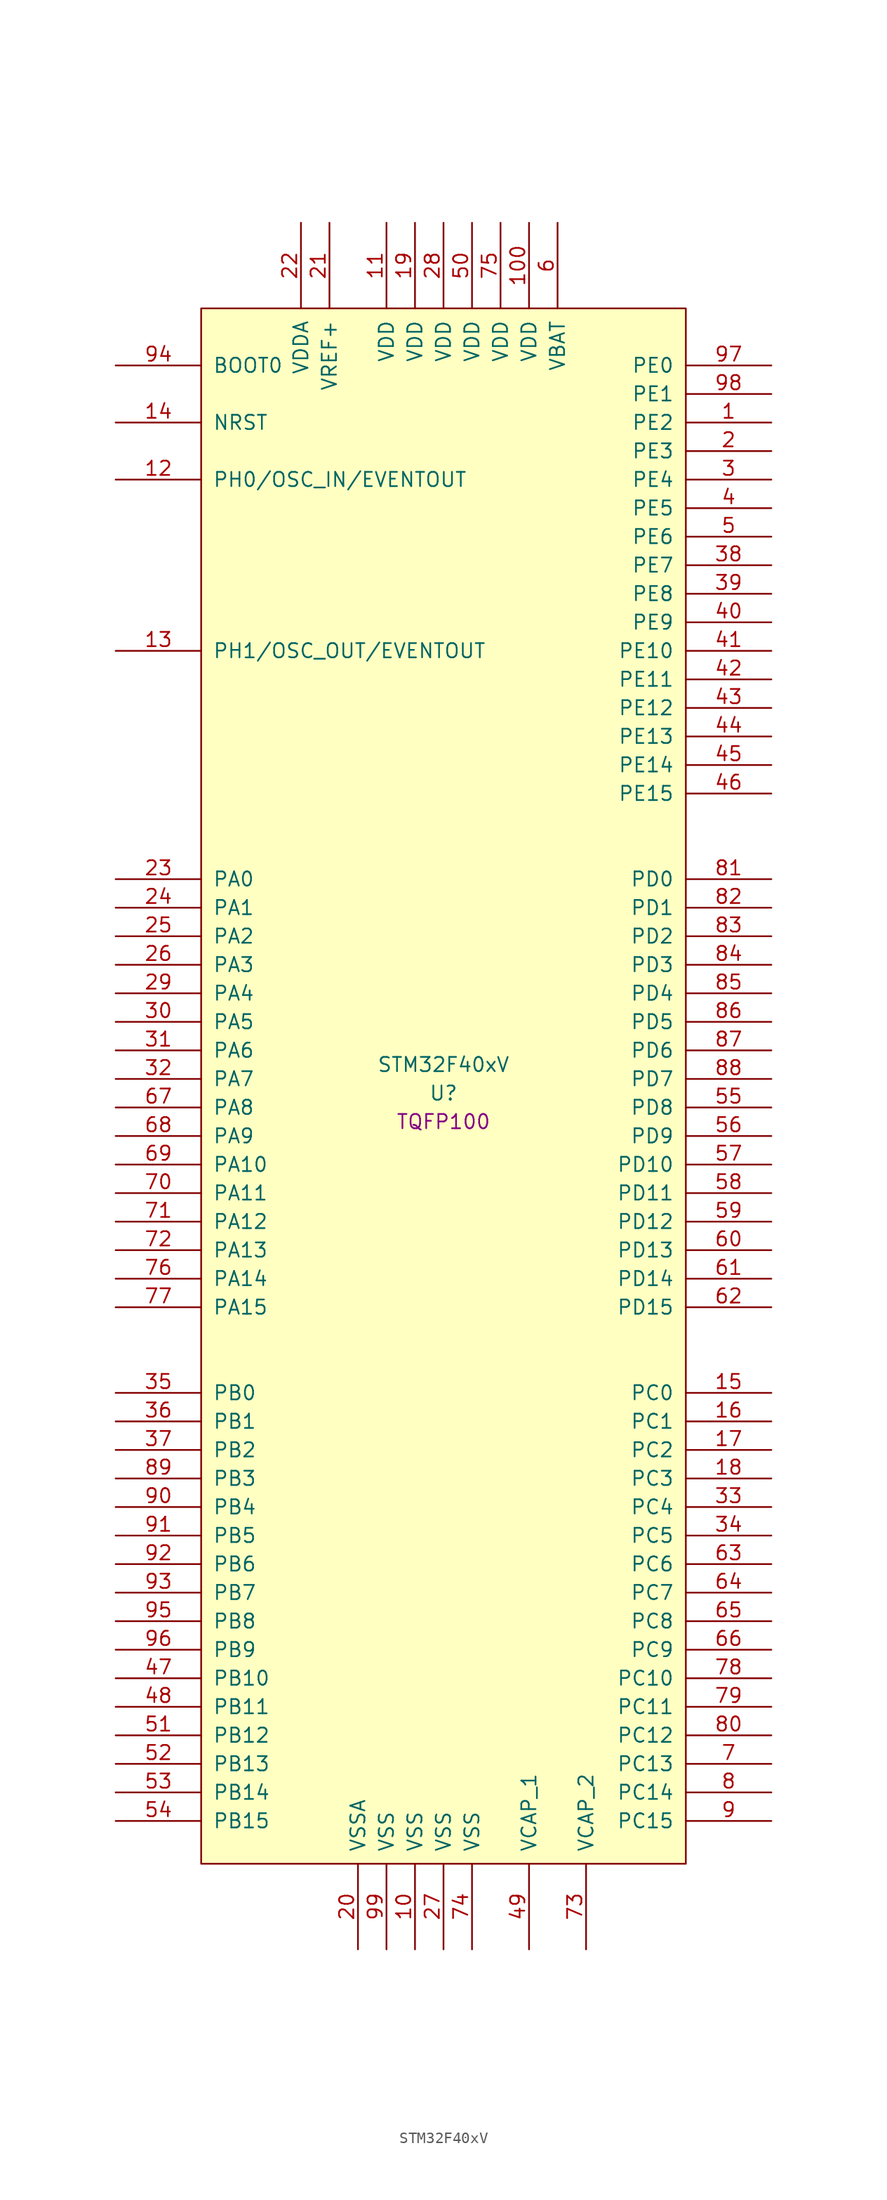
<source format=kicad_sym>
(kicad_symbol_lib
  (version 20211014)
  (generator kicad_symbol_editor)
  (symbol "STM32F40xV"
    (pin_names
      (offset 1.016))
    (property "Reference" "U"
      (at 0 0 0)
      (effects (font (size 1.27 1.27))))
    (property "Value" "STM32F40xV"
      (at 0 2.54 0)
      (effects (font (size 1.27 1.27))))
    (property "Footprint" "TQFP100"
      (at 0 -2.54 0)
      (effects (font (size 1.27 1.27))))
    (property "Datasheet" ""
      (at 0 0 0)
      (effects (font (size 1.27 1.27))))
    (symbol "STM32F40xV_0_1"
      (rectangle (start -21.59 -68.58) (end 21.59 69.85) (stroke (width 0) (type default) (color 0 0 0 0)) (fill (type background))))
    (symbol "STM32F40xV_1_1"
      (pin input line (at 29.21 59.69 180) (length 7.62) (name "PE2" (effects (font (size 1.27 1.27)))) (number "1" (effects (font (size 1.27 1.27)))))
      (pin input line (at -2.54 -76.2 90) (length 7.62) (name "VSS" (effects (font (size 1.27 1.27)))) (number "10" (effects (font (size 1.27 1.27)))))
      (pin input line (at 7.62 77.47 270) (length 7.62) (name "VDD" (effects (font (size 1.27 1.27)))) (number "100" (effects (font (size 1.27 1.27)))))
      (pin input line (at -5.08 77.47 270) (length 7.62) (name "VDD" (effects (font (size 1.27 1.27)))) (number "11" (effects (font (size 1.27 1.27)))))
      (pin input line (at -29.21 54.61 0) (length 7.62) (name "PH0/OSC_IN/EVENTOUT" (effects (font (size 1.27 1.27)))) (number "12" (effects (font (size 1.27 1.27)))))
      (pin input line (at -29.21 39.37 0) (length 7.62) (name "PH1/OSC_OUT/EVENTOUT" (effects (font (size 1.27 1.27)))) (number "13" (effects (font (size 1.27 1.27)))))
      (pin input line (at -29.21 59.69 0) (length 7.62) (name "NRST" (effects (font (size 1.27 1.27)))) (number "14" (effects (font (size 1.27 1.27)))))
      (pin input line (at 29.21 -26.67 180) (length 7.62) (name "PC0" (effects (font (size 1.27 1.27)))) (number "15" (effects (font (size 1.27 1.27)))))
      (pin input line (at 29.21 -29.21 180) (length 7.62) (name "PC1" (effects (font (size 1.27 1.27)))) (number "16" (effects (font (size 1.27 1.27)))))
      (pin input line (at 29.21 -31.75 180) (length 7.62) (name "PC2" (effects (font (size 1.27 1.27)))) (number "17" (effects (font (size 1.27 1.27)))))
      (pin input line (at 29.21 -34.29 180) (length 7.62) (name "PC3" (effects (font (size 1.27 1.27)))) (number "18" (effects (font (size 1.27 1.27)))))
      (pin input line (at -2.54 77.47 270) (length 7.62) (name "VDD" (effects (font (size 1.27 1.27)))) (number "19" (effects (font (size 1.27 1.27)))))
      (pin input line (at 29.21 57.15 180) (length 7.62) (name "PE3" (effects (font (size 1.27 1.27)))) (number "2" (effects (font (size 1.27 1.27)))))
      (pin input line (at -7.62 -76.2 90) (length 7.62) (name "VSSA" (effects (font (size 1.27 1.27)))) (number "20" (effects (font (size 1.27 1.27)))))
      (pin input line (at -10.16 77.47 270) (length 7.62) (name "VREF+" (effects (font (size 1.27 1.27)))) (number "21" (effects (font (size 1.27 1.27)))))
      (pin input line (at -12.7 77.47 270) (length 7.62) (name "VDDA" (effects (font (size 1.27 1.27)))) (number "22" (effects (font (size 1.27 1.27)))))
      (pin input line (at -29.21 19.05 0) (length 7.62) (name "PA0" (effects (font (size 1.27 1.27)))) (number "23" (effects (font (size 1.27 1.27)))))
      (pin input line (at -29.21 16.51 0) (length 7.62) (name "PA1" (effects (font (size 1.27 1.27)))) (number "24" (effects (font (size 1.27 1.27)))))
      (pin input line (at -29.21 13.97 0) (length 7.62) (name "PA2" (effects (font (size 1.27 1.27)))) (number "25" (effects (font (size 1.27 1.27)))))
      (pin input line (at -29.21 11.43 0) (length 7.62) (name "PA3" (effects (font (size 1.27 1.27)))) (number "26" (effects (font (size 1.27 1.27)))))
      (pin input line (at 0 -76.2 90) (length 7.62) (name "VSS" (effects (font (size 1.27 1.27)))) (number "27" (effects (font (size 1.27 1.27)))))
      (pin input line (at 0 77.47 270) (length 7.62) (name "VDD" (effects (font (size 1.27 1.27)))) (number "28" (effects (font (size 1.27 1.27)))))
      (pin input line (at -29.21 8.89 0) (length 7.62) (name "PA4" (effects (font (size 1.27 1.27)))) (number "29" (effects (font (size 1.27 1.27)))))
      (pin input line (at 29.21 54.61 180) (length 7.62) (name "PE4" (effects (font (size 1.27 1.27)))) (number "3" (effects (font (size 1.27 1.27)))))
      (pin input line (at -29.21 6.35 0) (length 7.62) (name "PA5" (effects (font (size 1.27 1.27)))) (number "30" (effects (font (size 1.27 1.27)))))
      (pin input line (at -29.21 3.81 0) (length 7.62) (name "PA6" (effects (font (size 1.27 1.27)))) (number "31" (effects (font (size 1.27 1.27)))))
      (pin input line (at -29.21 1.27 0) (length 7.62) (name "PA7" (effects (font (size 1.27 1.27)))) (number "32" (effects (font (size 1.27 1.27)))))
      (pin input line (at 29.21 -36.83 180) (length 7.62) (name "PC4" (effects (font (size 1.27 1.27)))) (number "33" (effects (font (size 1.27 1.27)))))
      (pin input line (at 29.21 -39.37 180) (length 7.62) (name "PC5" (effects (font (size 1.27 1.27)))) (number "34" (effects (font (size 1.27 1.27)))))
      (pin input line (at -29.21 -26.67 0) (length 7.62) (name "PB0" (effects (font (size 1.27 1.27)))) (number "35" (effects (font (size 1.27 1.27)))))
      (pin input line (at -29.21 -29.21 0) (length 7.62) (name "PB1" (effects (font (size 1.27 1.27)))) (number "36" (effects (font (size 1.27 1.27)))))
      (pin input line (at -29.21 -31.75 0) (length 7.62) (name "PB2" (effects (font (size 1.27 1.27)))) (number "37" (effects (font (size 1.27 1.27)))))
      (pin input line (at 29.21 46.99 180) (length 7.62) (name "PE7" (effects (font (size 1.27 1.27)))) (number "38" (effects (font (size 1.27 1.27)))))
      (pin input line (at 29.21 44.45 180) (length 7.62) (name "PE8" (effects (font (size 1.27 1.27)))) (number "39" (effects (font (size 1.27 1.27)))))
      (pin input line (at 29.21 52.07 180) (length 7.62) (name "PE5" (effects (font (size 1.27 1.27)))) (number "4" (effects (font (size 1.27 1.27)))))
      (pin input line (at 29.21 41.91 180) (length 7.62) (name "PE9" (effects (font (size 1.27 1.27)))) (number "40" (effects (font (size 1.27 1.27)))))
      (pin input line (at 29.21 39.37 180) (length 7.62) (name "PE10" (effects (font (size 1.27 1.27)))) (number "41" (effects (font (size 1.27 1.27)))))
      (pin input line (at 29.21 36.83 180) (length 7.62) (name "PE11" (effects (font (size 1.27 1.27)))) (number "42" (effects (font (size 1.27 1.27)))))
      (pin input line (at 29.21 34.29 180) (length 7.62) (name "PE12" (effects (font (size 1.27 1.27)))) (number "43" (effects (font (size 1.27 1.27)))))
      (pin input line (at 29.21 31.75 180) (length 7.62) (name "PE13" (effects (font (size 1.27 1.27)))) (number "44" (effects (font (size 1.27 1.27)))))
      (pin input line (at 29.21 29.21 180) (length 7.62) (name "PE14" (effects (font (size 1.27 1.27)))) (number "45" (effects (font (size 1.27 1.27)))))
      (pin input line (at 29.21 26.67 180) (length 7.62) (name "PE15" (effects (font (size 1.27 1.27)))) (number "46" (effects (font (size 1.27 1.27)))))
      (pin input line (at -29.21 -52.07 0) (length 7.62) (name "PB10" (effects (font (size 1.27 1.27)))) (number "47" (effects (font (size 1.27 1.27)))))
      (pin input line (at -29.21 -54.61 0) (length 7.62) (name "PB11" (effects (font (size 1.27 1.27)))) (number "48" (effects (font (size 1.27 1.27)))))
      (pin input line (at 7.62 -76.2 90) (length 7.62) (name "VCAP_1" (effects (font (size 1.27 1.27)))) (number "49" (effects (font (size 1.27 1.27)))))
      (pin input line (at 29.21 49.53 180) (length 7.62) (name "PE6" (effects (font (size 1.27 1.27)))) (number "5" (effects (font (size 1.27 1.27)))))
      (pin input line (at 2.54 77.47 270) (length 7.62) (name "VDD" (effects (font (size 1.27 1.27)))) (number "50" (effects (font (size 1.27 1.27)))))
      (pin input line (at -29.21 -57.15 0) (length 7.62) (name "PB12" (effects (font (size 1.27 1.27)))) (number "51" (effects (font (size 1.27 1.27)))))
      (pin input line (at -29.21 -59.69 0) (length 7.62) (name "PB13" (effects (font (size 1.27 1.27)))) (number "52" (effects (font (size 1.27 1.27)))))
      (pin input line (at -29.21 -62.23 0) (length 7.62) (name "PB14" (effects (font (size 1.27 1.27)))) (number "53" (effects (font (size 1.27 1.27)))))
      (pin input line (at -29.21 -64.77 0) (length 7.62) (name "PB15" (effects (font (size 1.27 1.27)))) (number "54" (effects (font (size 1.27 1.27)))))
      (pin input line (at 29.21 -1.27 180) (length 7.62) (name "PD8" (effects (font (size 1.27 1.27)))) (number "55" (effects (font (size 1.27 1.27)))))
      (pin input line (at 29.21 -3.81 180) (length 7.62) (name "PD9" (effects (font (size 1.27 1.27)))) (number "56" (effects (font (size 1.27 1.27)))))
      (pin input line (at 29.21 -6.35 180) (length 7.62) (name "PD10" (effects (font (size 1.27 1.27)))) (number "57" (effects (font (size 1.27 1.27)))))
      (pin input line (at 29.21 -8.89 180) (length 7.62) (name "PD11" (effects (font (size 1.27 1.27)))) (number "58" (effects (font (size 1.27 1.27)))))
      (pin input line (at 29.21 -11.43 180) (length 7.62) (name "PD12" (effects (font (size 1.27 1.27)))) (number "59" (effects (font (size 1.27 1.27)))))
      (pin input line (at 10.16 77.47 270) (length 7.62) (name "VBAT" (effects (font (size 1.27 1.27)))) (number "6" (effects (font (size 1.27 1.27)))))
      (pin input line (at 29.21 -13.97 180) (length 7.62) (name "PD13" (effects (font (size 1.27 1.27)))) (number "60" (effects (font (size 1.27 1.27)))))
      (pin input line (at 29.21 -16.51 180) (length 7.62) (name "PD14" (effects (font (size 1.27 1.27)))) (number "61" (effects (font (size 1.27 1.27)))))
      (pin input line (at 29.21 -19.05 180) (length 7.62) (name "PD15" (effects (font (size 1.27 1.27)))) (number "62" (effects (font (size 1.27 1.27)))))
      (pin input line (at 29.21 -41.91 180) (length 7.62) (name "PC6" (effects (font (size 1.27 1.27)))) (number "63" (effects (font (size 1.27 1.27)))))
      (pin input line (at 29.21 -44.45 180) (length 7.62) (name "PC7" (effects (font (size 1.27 1.27)))) (number "64" (effects (font (size 1.27 1.27)))))
      (pin input line (at 29.21 -46.99 180) (length 7.62) (name "PC8" (effects (font (size 1.27 1.27)))) (number "65" (effects (font (size 1.27 1.27)))))
      (pin input line (at 29.21 -49.53 180) (length 7.62) (name "PC9" (effects (font (size 1.27 1.27)))) (number "66" (effects (font (size 1.27 1.27)))))
      (pin input line (at -29.21 -1.27 0) (length 7.62) (name "PA8" (effects (font (size 1.27 1.27)))) (number "67" (effects (font (size 1.27 1.27)))))
      (pin input line (at -29.21 -3.81 0) (length 7.62) (name "PA9" (effects (font (size 1.27 1.27)))) (number "68" (effects (font (size 1.27 1.27)))))
      (pin input line (at -29.21 -6.35 0) (length 7.62) (name "PA10" (effects (font (size 1.27 1.27)))) (number "69" (effects (font (size 1.27 1.27)))))
      (pin input line (at 29.21 -59.69 180) (length 7.62) (name "PC13" (effects (font (size 1.27 1.27)))) (number "7" (effects (font (size 1.27 1.27)))))
      (pin input line (at -29.21 -8.89 0) (length 7.62) (name "PA11" (effects (font (size 1.27 1.27)))) (number "70" (effects (font (size 1.27 1.27)))))
      (pin input line (at -29.21 -11.43 0) (length 7.62) (name "PA12" (effects (font (size 1.27 1.27)))) (number "71" (effects (font (size 1.27 1.27)))))
      (pin input line (at -29.21 -13.97 0) (length 7.62) (name "PA13" (effects (font (size 1.27 1.27)))) (number "72" (effects (font (size 1.27 1.27)))))
      (pin input line (at 12.7 -76.2 90) (length 7.62) (name "VCAP_2" (effects (font (size 1.27 1.27)))) (number "73" (effects (font (size 1.27 1.27)))))
      (pin input line (at 2.54 -76.2 90) (length 7.62) (name "VSS" (effects (font (size 1.27 1.27)))) (number "74" (effects (font (size 1.27 1.27)))))
      (pin input line (at 5.08 77.47 270) (length 7.62) (name "VDD" (effects (font (size 1.27 1.27)))) (number "75" (effects (font (size 1.27 1.27)))))
      (pin input line (at -29.21 -16.51 0) (length 7.62) (name "PA14" (effects (font (size 1.27 1.27)))) (number "76" (effects (font (size 1.27 1.27)))))
      (pin input line (at -29.21 -19.05 0) (length 7.62) (name "PA15" (effects (font (size 1.27 1.27)))) (number "77" (effects (font (size 1.27 1.27)))))
      (pin input line (at 29.21 -52.07 180) (length 7.62) (name "PC10" (effects (font (size 1.27 1.27)))) (number "78" (effects (font (size 1.27 1.27)))))
      (pin input line (at 29.21 -54.61 180) (length 7.62) (name "PC11" (effects (font (size 1.27 1.27)))) (number "79" (effects (font (size 1.27 1.27)))))
      (pin input line (at 29.21 -62.23 180) (length 7.62) (name "PC14" (effects (font (size 1.27 1.27)))) (number "8" (effects (font (size 1.27 1.27)))))
      (pin input line (at 29.21 -57.15 180) (length 7.62) (name "PC12" (effects (font (size 1.27 1.27)))) (number "80" (effects (font (size 1.27 1.27)))))
      (pin input line (at 29.21 19.05 180) (length 7.62) (name "PD0" (effects (font (size 1.27 1.27)))) (number "81" (effects (font (size 1.27 1.27)))))
      (pin input line (at 29.21 16.51 180) (length 7.62) (name "PD1" (effects (font (size 1.27 1.27)))) (number "82" (effects (font (size 1.27 1.27)))))
      (pin input line (at 29.21 13.97 180) (length 7.62) (name "PD2" (effects (font (size 1.27 1.27)))) (number "83" (effects (font (size 1.27 1.27)))))
      (pin input line (at 29.21 11.43 180) (length 7.62) (name "PD3" (effects (font (size 1.27 1.27)))) (number "84" (effects (font (size 1.27 1.27)))))
      (pin input line (at 29.21 8.89 180) (length 7.62) (name "PD4" (effects (font (size 1.27 1.27)))) (number "85" (effects (font (size 1.27 1.27)))))
      (pin input line (at 29.21 6.35 180) (length 7.62) (name "PD5" (effects (font (size 1.27 1.27)))) (number "86" (effects (font (size 1.27 1.27)))))
      (pin input line (at 29.21 3.81 180) (length 7.62) (name "PD6" (effects (font (size 1.27 1.27)))) (number "87" (effects (font (size 1.27 1.27)))))
      (pin input line (at 29.21 1.27 180) (length 7.62) (name "PD7" (effects (font (size 1.27 1.27)))) (number "88" (effects (font (size 1.27 1.27)))))
      (pin input line (at -29.21 -34.29 0) (length 7.62) (name "PB3" (effects (font (size 1.27 1.27)))) (number "89" (effects (font (size 1.27 1.27)))))
      (pin input line (at 29.21 -64.77 180) (length 7.62) (name "PC15" (effects (font (size 1.27 1.27)))) (number "9" (effects (font (size 1.27 1.27)))))
      (pin input line (at -29.21 -36.83 0) (length 7.62) (name "PB4" (effects (font (size 1.27 1.27)))) (number "90" (effects (font (size 1.27 1.27)))))
      (pin input line (at -29.21 -39.37 0) (length 7.62) (name "PB5" (effects (font (size 1.27 1.27)))) (number "91" (effects (font (size 1.27 1.27)))))
      (pin input line (at -29.21 -41.91 0) (length 7.62) (name "PB6" (effects (font (size 1.27 1.27)))) (number "92" (effects (font (size 1.27 1.27)))))
      (pin input line (at -29.21 -44.45 0) (length 7.62) (name "PB7" (effects (font (size 1.27 1.27)))) (number "93" (effects (font (size 1.27 1.27)))))
      (pin input line (at -29.21 64.77 0) (length 7.62) (name "BOOT0" (effects (font (size 1.27 1.27)))) (number "94" (effects (font (size 1.27 1.27)))))
      (pin input line (at -29.21 -46.99 0) (length 7.62) (name "PB8" (effects (font (size 1.27 1.27)))) (number "95" (effects (font (size 1.27 1.27)))))
      (pin input line (at -29.21 -49.53 0) (length 7.62) (name "PB9" (effects (font (size 1.27 1.27)))) (number "96" (effects (font (size 1.27 1.27)))))
      (pin input line (at 29.21 64.77 180) (length 7.62) (name "PE0" (effects (font (size 1.27 1.27)))) (number "97" (effects (font (size 1.27 1.27)))))
      (pin input line (at 29.21 62.23 180) (length 7.62) (name "PE1" (effects (font (size 1.27 1.27)))) (number "98" (effects (font (size 1.27 1.27)))))
      (pin input line (at -5.08 -76.2 90) (length 7.62) (name "VSS" (effects (font (size 1.27 1.27)))) (number "99" (effects (font (size 1.27 1.27))))))))
</source>
